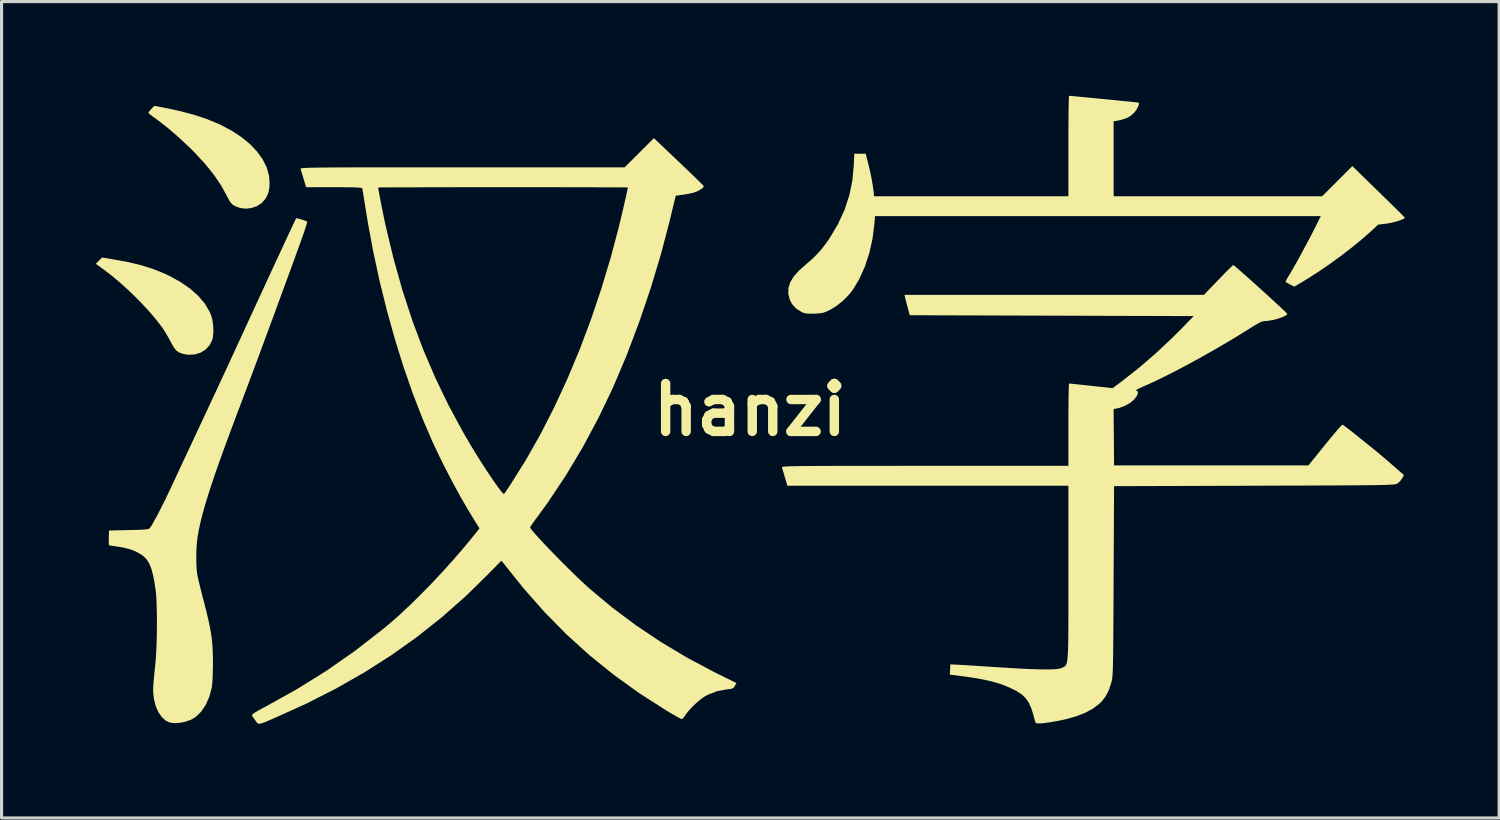
<source format=kicad_pcb>
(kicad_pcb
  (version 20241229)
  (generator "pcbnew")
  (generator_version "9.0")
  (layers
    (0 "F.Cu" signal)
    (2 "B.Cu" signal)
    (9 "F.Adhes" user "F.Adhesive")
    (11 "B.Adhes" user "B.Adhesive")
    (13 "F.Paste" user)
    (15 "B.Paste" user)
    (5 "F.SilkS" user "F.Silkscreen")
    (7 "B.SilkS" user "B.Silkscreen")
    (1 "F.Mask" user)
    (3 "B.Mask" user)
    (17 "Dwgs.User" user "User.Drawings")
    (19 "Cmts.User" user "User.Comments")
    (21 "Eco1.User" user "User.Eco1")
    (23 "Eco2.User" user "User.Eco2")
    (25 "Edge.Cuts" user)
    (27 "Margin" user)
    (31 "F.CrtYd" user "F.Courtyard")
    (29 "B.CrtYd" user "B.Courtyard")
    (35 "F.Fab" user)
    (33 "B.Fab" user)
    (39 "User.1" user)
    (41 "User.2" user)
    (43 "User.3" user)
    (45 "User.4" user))
  (footprint "hanzi"
    (layer "F.Cu")
    (at 20.825 9.994)
    (property "Reference" "hanzi" (at 0 0 0) (layer "F.SilkS") (effects (font (size 1.524 1.524) (thickness 0.3))))
    (attr board_only exclude_from_pos_files exclude_from_bom)
    (fp_poly (pts (xy -20.241 -4.783) (xy -19.777 -4.697) (xy -19.36 -4.595) (xy -18.979 -4.473) (xy -18.625 -4.329) (xy -18.48 -4.26) (xy -18.122 -4.062) (xy -17.813 -3.847) (xy -17.555 -3.616) (xy -17.35 -3.372) (xy -17.2 -3.117) (xy -17.159 -3.021) (xy -17.114 -2.862) (xy -17.088 -2.679) (xy -17.081 -2.492) (xy -17.095 -2.323) (xy -17.118 -2.225) (xy -17.203 -2.054) (xy -17.33 -1.916) (xy -17.491 -1.817) (xy -17.676 -1.76) (xy -17.877 -1.751) (xy -17.942 -1.758) (xy -18.081 -1.787) (xy -18.187 -1.829) (xy -18.272 -1.895) (xy -18.348 -1.995) (xy -18.429 -2.138) (xy -18.439 -2.157) (xy -18.514 -2.298) (xy -18.599 -2.444) (xy -18.681 -2.573) (xy -18.711 -2.618) (xy -18.916 -2.884) (xy -19.161 -3.169) (xy -19.435 -3.461) (xy -19.728 -3.75) (xy -20.029 -4.025) (xy -20.328 -4.276) (xy -20.571 -4.462) (xy -20.825 -4.646) (xy -20.726 -4.746) (xy -20.626 -4.845)) (stroke (width 0) (type solid)) (fill yes) (layer "F.SilkS"))
    (fp_poly (pts (xy -18.661 -9.618) (xy -18.167 -9.514) (xy -17.72 -9.396) (xy -17.311 -9.262) (xy -16.933 -9.107) (xy -16.855 -9.071) (xy -16.5 -8.884) (xy -16.185 -8.677) (xy -15.914 -8.454) (xy -15.689 -8.217) (xy -15.511 -7.969) (xy -15.385 -7.713) (xy -15.311 -7.453) (xy -15.293 -7.243) (xy -15.3 -7.066) (xy -15.327 -6.924) (xy -15.38 -6.796) (xy -15.43 -6.709) (xy -15.544 -6.581) (xy -15.694 -6.484) (xy -15.868 -6.422) (xy -16.051 -6.4) (xy -16.228 -6.423) (xy -16.257 -6.432) (xy -16.375 -6.475) (xy -16.461 -6.522) (xy -16.526 -6.584) (xy -16.585 -6.675) (xy -16.646 -6.794) (xy -16.835 -7.139) (xy -17.072 -7.488) (xy -17.36 -7.843) (xy -17.699 -8.209) (xy -17.859 -8.367) (xy -18.2 -8.685) (xy -18.532 -8.97) (xy -18.845 -9.214) (xy -18.929 -9.275) (xy -19.025 -9.345) (xy -19.1 -9.404) (xy -19.143 -9.443) (xy -19.15 -9.453) (xy -19.132 -9.486) (xy -19.087 -9.542) (xy -19.057 -9.575) (xy -18.964 -9.674)) (stroke (width 0) (type solid)) (fill yes) (layer "F.SilkS"))
    (fp_poly (pts (xy 10.196 -9.991) (xy 10.283 -9.984) (xy 10.41 -9.972) (xy 10.571 -9.957) (xy 10.757 -9.939) (xy 10.962 -9.919) (xy 11.177 -9.898) (xy 11.396 -9.877) (xy 11.61 -9.856) (xy 11.812 -9.835) (xy 11.995 -9.817) (xy 12.151 -9.801) (xy 12.271 -9.788) (xy 12.35 -9.779) (xy 12.379 -9.775) (xy 12.385 -9.736) (xy 12.363 -9.666) (xy 12.321 -9.581) (xy 12.266 -9.498) (xy 12.249 -9.477) (xy 12.132 -9.365) (xy 11.995 -9.285) (xy 11.823 -9.229) (xy 11.756 -9.214) (xy 11.577 -9.179) (xy 11.577 -6.796) (xy 18.214 -6.796) (xy 18.695 -7.276) (xy 19.176 -7.757) (xy 20.013 -6.941) (xy 20.194 -6.764) (xy 20.362 -6.6) (xy 20.512 -6.452) (xy 20.64 -6.326) (xy 20.741 -6.226) (xy 20.812 -6.155) (xy 20.847 -6.118) (xy 20.85 -6.114) (xy 20.824 -6.087) (xy 20.753 -6.052) (xy 20.652 -6.015) (xy 20.531 -5.979) (xy 20.403 -5.949) (xy 20.281 -5.928) (xy 20.268 -5.926) (xy 20 -5.893) (xy 19.741 -5.655) (xy 19.46 -5.409) (xy 19.139 -5.148) (xy 18.793 -4.883) (xy 18.432 -4.622) (xy 18.072 -4.376) (xy 17.723 -4.154) (xy 17.588 -4.072) (xy 17.329 -3.919) (xy 17.189 -3.99) (xy 17.111 -4.032) (xy 17.06 -4.066) (xy 17.049 -4.079) (xy 17.063 -4.11) (xy 17.1 -4.177) (xy 17.154 -4.267) (xy 17.175 -4.301) (xy 17.251 -4.429) (xy 17.347 -4.597) (xy 17.457 -4.794) (xy 17.575 -5.01) (xy 17.695 -5.234) (xy 17.812 -5.453) (xy 17.919 -5.659) (xy 17.996 -5.81) (xy 18.172 -6.163) (xy 3.981 -6.163) (xy 3.96 -5.911) (xy 3.9 -5.437) (xy 3.798 -4.982) (xy 3.657 -4.554) (xy 3.479 -4.16) (xy 3.283 -3.83) (xy 3.137 -3.646) (xy 2.958 -3.468) (xy 2.763 -3.311) (xy 2.57 -3.19) (xy 2.547 -3.179) (xy 2.435 -3.126) (xy 2.346 -3.092) (xy 2.257 -3.073) (xy 2.147 -3.064) (xy 2.048 -3.06) (xy 1.904 -3.057) (xy 1.802 -3.063) (xy 1.723 -3.079) (xy 1.654 -3.105) (xy 1.474 -3.217) (xy 1.341 -3.361) (xy 1.266 -3.508) (xy 1.22 -3.693) (xy 1.224 -3.873) (xy 1.279 -4.053) (xy 1.387 -4.234) (xy 1.55 -4.42) (xy 1.767 -4.613) (xy 1.772 -4.617) (xy 2.021 -4.834) (xy 2.239 -5.064) (xy 2.442 -5.324) (xy 2.542 -5.472) (xy 2.805 -5.915) (xy 3.011 -6.364) (xy 3.162 -6.824) (xy 3.26 -7.297) (xy 3.304 -7.768) (xy 3.32 -8.15) (xy 3.684 -8.15) (xy 3.712 -8.042) (xy 3.763 -7.846) (xy 3.801 -7.688) (xy 3.832 -7.552) (xy 3.859 -7.42) (xy 3.886 -7.276) (xy 3.891 -7.246) (xy 3.913 -7.112) (xy 3.931 -6.993) (xy 3.942 -6.903) (xy 3.945 -6.865) (xy 3.945 -6.796) (xy 10.137 -6.796) (xy 10.137 -8.395) (xy 10.137 -8.692) (xy 10.138 -8.972) (xy 10.14 -9.228) (xy 10.142 -9.456) (xy 10.145 -9.65) (xy 10.148 -9.806) (xy 10.152 -9.918) (xy 10.156 -9.981) (xy 10.159 -9.994)) (stroke (width 0) (type solid)) (fill yes) (layer "F.SilkS"))
    (fp_poly (pts (xy -14.418 -6.092) (xy -14.351 -6.077) (xy -14.268 -6.053) (xy -14.186 -6.026) (xy -14.125 -6.003) (xy -14.103 -5.992) (xy -14.1 -5.981) (xy -14.101 -5.959) (xy -14.11 -5.921) (xy -14.126 -5.864) (xy -14.152 -5.784) (xy -14.187 -5.679) (xy -14.234 -5.544) (xy -14.294 -5.376) (xy -14.367 -5.172) (xy -14.455 -4.928) (xy -14.56 -4.64) (xy -14.682 -4.306) (xy -14.823 -3.922) (xy -14.841 -3.873) (xy -15.09 -3.194) (xy -15.322 -2.565) (xy -15.538 -1.981) (xy -15.739 -1.439) (xy -15.928 -0.934) (xy -16.105 -0.463) (xy -16.272 -0.02) (xy -16.285 0.014) (xy -16.498 0.579) (xy -16.689 1.094) (xy -16.859 1.563) (xy -17.009 1.988) (xy -17.139 2.374) (xy -17.252 2.723) (xy -17.348 3.039) (xy -17.428 3.324) (xy -17.493 3.583) (xy -17.544 3.817) (xy -17.582 4.032) (xy -17.594 4.11) (xy -17.611 4.277) (xy -17.622 4.475) (xy -17.626 4.685) (xy -17.624 4.891) (xy -17.615 5.076) (xy -17.599 5.225) (xy -17.595 5.246) (xy -17.578 5.327) (xy -17.549 5.454) (xy -17.51 5.614) (xy -17.465 5.797) (xy -17.415 5.992) (xy -17.393 6.076) (xy -17.312 6.393) (xy -17.246 6.666) (xy -17.195 6.904) (xy -17.157 7.12) (xy -17.129 7.323) (xy -17.111 7.525) (xy -17.101 7.735) (xy -17.097 7.965) (xy -17.096 8.063) (xy -17.099 8.273) (xy -17.104 8.468) (xy -17.112 8.636) (xy -17.123 8.767) (xy -17.132 8.837) (xy -17.211 9.136) (xy -17.325 9.395) (xy -17.471 9.612) (xy -17.648 9.783) (xy -17.792 9.867) (xy -17.968 9.93) (xy -18.155 9.968) (xy -18.334 9.977) (xy -18.471 9.958) (xy -18.608 9.892) (xy -18.731 9.777) (xy -18.835 9.622) (xy -18.917 9.434) (xy -18.973 9.22) (xy -18.999 8.99) (xy -18.997 8.812) (xy -18.988 8.693) (xy -18.974 8.534) (xy -18.957 8.355) (xy -18.938 8.174) (xy -18.932 8.121) (xy -18.915 7.929) (xy -18.901 7.698) (xy -18.89 7.438) (xy -18.883 7.162) (xy -18.88 6.879) (xy -18.88 6.6) (xy -18.885 6.338) (xy -18.892 6.101) (xy -18.904 5.903) (xy -18.917 5.774) (xy -18.959 5.484) (xy -19.007 5.244) (xy -19.061 5.05) (xy -19.125 4.895) (xy -19.201 4.772) (xy -19.292 4.675) (xy -19.365 4.62) (xy -19.538 4.52) (xy -19.723 4.445) (xy -19.937 4.39) (xy -20.098 4.362) (xy -20.218 4.344) (xy -20.318 4.33) (xy -20.382 4.321) (xy -20.397 4.32) (xy -20.407 4.293) (xy -20.412 4.223) (xy -20.413 4.121) (xy -20.412 4.082) (xy -20.404 3.845) (xy -19.775 3.83) (xy -19.569 3.825) (xy -19.412 3.821) (xy -19.298 3.815) (xy -19.219 3.808) (xy -19.166 3.799) (xy -19.132 3.786) (xy -19.109 3.769) (xy -19.093 3.751) (xy -19.052 3.689) (xy -18.991 3.585) (xy -18.914 3.445) (xy -18.826 3.279) (xy -18.732 3.095) (xy -18.635 2.902) (xy -18.541 2.708) (xy -18.459 2.534) (xy -18.398 2.405) (xy -18.318 2.233) (xy -18.223 2.029) (xy -18.118 1.803) (xy -18.007 1.565) (xy -17.894 1.325) (xy -17.833 1.195) (xy -17.64 0.783) (xy -17.469 0.417) (xy -17.316 0.09) (xy -17.179 -0.203) (xy -17.055 -0.469) (xy -16.94 -0.715) (xy -16.833 -0.946) (xy -16.73 -1.168) (xy -16.627 -1.389) (xy -16.524 -1.614) (xy -16.415 -1.849) (xy -16.299 -2.101) (xy -16.172 -2.376) (xy -16.113 -2.505) (xy -15.969 -2.817) (xy -15.822 -3.137) (xy -15.673 -3.461) (xy -15.523 -3.784) (xy -15.376 -4.103) (xy -15.233 -4.413) (xy -15.096 -4.709) (xy -14.966 -4.988) (xy -14.847 -5.245) (xy -14.739 -5.476) (xy -14.646 -5.677) (xy -14.568 -5.843) (xy -14.508 -5.971) (xy -14.467 -6.056) (xy -14.449 -6.093) (xy -14.448 -6.095)) (stroke (width 0) (type solid)) (fill yes) (layer "F.SilkS"))
    (fp_poly (pts (xy 15.413 -4.589) (xy 15.477 -4.536) (xy 15.571 -4.455) (xy 15.691 -4.349) (xy 15.831 -4.225) (xy 15.985 -4.087) (xy 16.149 -3.94) (xy 16.315 -3.79) (xy 16.479 -3.641) (xy 16.636 -3.498) (xy 16.778 -3.366) (xy 16.902 -3.251) (xy 17.001 -3.158) (xy 17.071 -3.091) (xy 17.104 -3.055) (xy 17.106 -3.051) (xy 17.08 -3.015) (xy 17.008 -2.974) (xy 16.904 -2.931) (xy 16.778 -2.891) (xy 16.643 -2.857) (xy 16.511 -2.833) (xy 16.394 -2.823) (xy 16.384 -2.823) (xy 16.32 -2.813) (xy 16.238 -2.781) (xy 16.129 -2.723) (xy 15.984 -2.634) (xy 15.981 -2.632) (xy 15.57 -2.376) (xy 15.146 -2.121) (xy 14.716 -1.871) (xy 14.288 -1.63) (xy 13.871 -1.403) (xy 13.471 -1.193) (xy 13.097 -1.006) (xy 12.756 -0.844) (xy 12.533 -0.746) (xy 12.403 -0.688) (xy 12.32 -0.645) (xy 12.287 -0.618) (xy 12.295 -0.61) (xy 12.344 -0.584) (xy 12.349 -0.525) (xy 12.314 -0.438) (xy 12.227 -0.323) (xy 12.097 -0.215) (xy 11.938 -0.125) (xy 11.764 -0.06) (xy 11.684 -0.042) (xy 11.576 -0.022) (xy 11.584 0.874) (xy 11.591 1.771) (xy 17.779 1.771) (xy 18.303 1.123) (xy 18.437 0.958) (xy 18.561 0.808) (xy 18.67 0.679) (xy 18.758 0.577) (xy 18.822 0.508) (xy 18.855 0.476) (xy 18.858 0.475) (xy 18.89 0.493) (xy 18.958 0.541) (xy 19.055 0.614) (xy 19.174 0.706) (xy 19.287 0.796) (xy 19.432 0.914) (xy 19.578 1.031) (xy 19.711 1.139) (xy 19.82 1.226) (xy 19.871 1.266) (xy 19.957 1.337) (xy 20.075 1.435) (xy 20.211 1.551) (xy 20.354 1.674) (xy 20.439 1.748) (xy 20.82 2.081) (xy 20.76 2.188) (xy 20.698 2.272) (xy 20.623 2.341) (xy 20.61 2.35) (xy 20.596 2.357) (xy 20.579 2.364) (xy 20.556 2.37) (xy 20.524 2.375) (xy 20.481 2.38) (xy 20.423 2.384) (xy 20.349 2.388) (xy 20.254 2.392) (xy 20.137 2.395) (xy 19.995 2.398) (xy 19.825 2.4) (xy 19.624 2.403) (xy 19.39 2.405) (xy 19.12 2.407) (xy 18.811 2.409) (xy 18.461 2.41) (xy 18.066 2.412) (xy 17.624 2.414) (xy 17.133 2.415) (xy 16.589 2.417) (xy 16.055 2.419) (xy 11.591 2.433) (xy 11.576 5.457) (xy 11.574 5.94) (xy 11.572 6.369) (xy 11.57 6.747) (xy 11.568 7.078) (xy 11.566 7.366) (xy 11.563 7.613) (xy 11.561 7.824) (xy 11.558 8.001) (xy 11.555 8.149) (xy 11.551 8.271) (xy 11.547 8.37) (xy 11.542 8.449) (xy 11.536 8.513) (xy 11.53 8.565) (xy 11.523 8.608) (xy 11.514 8.646) (xy 11.505 8.682) (xy 11.498 8.706) (xy 11.42 8.936) (xy 11.325 9.121) (xy 11.206 9.277) (xy 11.12 9.362) (xy 10.916 9.515) (xy 10.673 9.647) (xy 10.387 9.759) (xy 10.052 9.853) (xy 9.818 9.903) (xy 9.58 9.945) (xy 9.386 9.973) (xy 9.238 9.986) (xy 9.139 9.983) (xy 9.092 9.966) (xy 9.089 9.961) (xy 9.076 9.913) (xy 9.053 9.83) (xy 9.029 9.738) (xy 8.957 9.507) (xy 8.874 9.323) (xy 8.772 9.176) (xy 8.643 9.056) (xy 8.48 8.952) (xy 8.446 8.934) (xy 8.265 8.846) (xy 8.083 8.77) (xy 7.893 8.704) (xy 7.685 8.646) (xy 7.453 8.594) (xy 7.188 8.545) (xy 6.881 8.499) (xy 6.525 8.452) (xy 6.514 8.451) (xy 6.362 8.432) (xy 6.37 8.269) (xy 6.379 8.107) (xy 6.58 8.115) (xy 6.671 8.12) (xy 6.807 8.128) (xy 6.976 8.138) (xy 7.165 8.15) (xy 7.363 8.163) (xy 7.401 8.165) (xy 7.849 8.195) (xy 8.243 8.219) (xy 8.586 8.239) (xy 8.882 8.253) (xy 9.135 8.263) (xy 9.347 8.267) (xy 9.522 8.267) (xy 9.663 8.263) (xy 9.774 8.254) (xy 9.859 8.24) (xy 9.919 8.222) (xy 9.935 8.215) (xy 9.968 8.199) (xy 9.997 8.186) (xy 10.023 8.17) (xy 10.045 8.15) (xy 10.064 8.121) (xy 10.08 8.08) (xy 10.094 8.024) (xy 10.105 7.949) (xy 10.114 7.852) (xy 10.122 7.73) (xy 10.127 7.579) (xy 10.131 7.395) (xy 10.134 7.176) (xy 10.136 6.919) (xy 10.137 6.618) (xy 10.137 6.272) (xy 10.137 5.877) (xy 10.137 5.429) (xy 10.137 5.191) (xy 10.137 2.419) (xy 1.191 2.419) (xy 1.112 2.153) (xy 1.077 2.032) (xy 1.046 1.928) (xy 1.025 1.856) (xy 1.019 1.836) (xy 1.019 1.829) (xy 1.025 1.823) (xy 1.04 1.818) (xy 1.066 1.813) (xy 1.106 1.809) (xy 1.163 1.805) (xy 1.238 1.801) (xy 1.336 1.798) (xy 1.458 1.796) (xy 1.606 1.793) (xy 1.785 1.792) (xy 1.996 1.79) (xy 2.241 1.789) (xy 2.524 1.788) (xy 2.847 1.787) (xy 3.213 1.786) (xy 3.624 1.786) (xy 4.083 1.786) (xy 4.593 1.786) (xy 5.156 1.785) (xy 5.571 1.785) (xy 10.137 1.785) (xy 10.137 0.475) (xy 10.137 0.207) (xy 10.139 -0.043) (xy 10.141 -0.269) (xy 10.144 -0.465) (xy 10.147 -0.625) (xy 10.151 -0.744) (xy 10.155 -0.816) (xy 10.159 -0.835) (xy 10.192 -0.832) (xy 10.275 -0.824) (xy 10.398 -0.811) (xy 10.555 -0.794) (xy 10.735 -0.775) (xy 10.863 -0.761) (xy 11.545 -0.687) (xy 11.871 -0.931) (xy 12.395 -1.344) (xy 12.922 -1.799) (xy 13.439 -2.284) (xy 13.751 -2.596) (xy 14.126 -2.981) (xy 5.087 -3.009) (xy 5.023 -3.245) (xy 4.99 -3.366) (xy 4.962 -3.476) (xy 4.942 -3.556) (xy 4.939 -3.569) (xy 4.92 -3.657) (xy 14.452 -3.657) (xy 14.908 -4.132) (xy 15.039 -4.268) (xy 15.158 -4.389) (xy 15.258 -4.489) (xy 15.333 -4.561) (xy 15.377 -4.602) (xy 15.386 -4.607)) (stroke (width 0) (type solid)) (fill yes) (layer "F.SilkS"))
    (fp_poly (pts (xy -2.264 -7.892) (xy -2.086 -7.722) (xy -1.922 -7.565) (xy -1.776 -7.424) (xy -1.654 -7.305) (xy -1.559 -7.211) (xy -1.496 -7.146) (xy -1.469 -7.116) (xy -1.469 -7.115) (xy -1.488 -7.081) (xy -1.519 -7.049) (xy -1.653 -6.963) (xy -1.837 -6.898) (xy -2.073 -6.853) (xy -2.081 -6.852) (xy -2.362 -6.815) (xy -2.387 -6.712) (xy -2.401 -6.654) (xy -2.427 -6.549) (xy -2.461 -6.409) (xy -2.501 -6.243) (xy -2.545 -6.06) (xy -2.558 -6.004) (xy -2.836 -4.945) (xy -3.16 -3.869) (xy -3.526 -2.791) (xy -3.93 -1.723) (xy -3.943 -1.691) (xy -4.365 -0.697) (xy -4.826 0.265) (xy -5.323 1.192) (xy -5.853 2.079) (xy -6.414 2.922) (xy -6.744 3.378) (xy -6.834 3.499) (xy -6.91 3.605) (xy -6.965 3.687) (xy -6.995 3.736) (xy -6.998 3.745) (xy -6.978 3.784) (xy -6.921 3.858) (xy -6.832 3.962) (xy -6.715 4.092) (xy -6.576 4.242) (xy -6.418 4.409) (xy -6.246 4.586) (xy -6.065 4.771) (xy -5.88 4.956) (xy -5.696 5.139) (xy -5.516 5.314) (xy -5.346 5.475) (xy -5.19 5.62) (xy -5.105 5.696) (xy -4.389 6.294) (xy -3.627 6.864) (xy -2.826 7.4) (xy -1.99 7.899) (xy -1.127 8.357) (xy -1.1 8.37) (xy -0.43 8.702) (xy -0.483 8.793) (xy -0.514 8.84) (xy -0.55 8.869) (xy -0.607 8.887) (xy -0.699 8.899) (xy -0.751 8.904) (xy -1.043 8.959) (xy -1.331 9.07) (xy -1.431 9.122) (xy -1.548 9.201) (xy -1.683 9.312) (xy -1.82 9.441) (xy -1.942 9.572) (xy -2.036 9.691) (xy -2.046 9.707) (xy -2.1 9.783) (xy -2.148 9.835) (xy -2.172 9.849) (xy -2.207 9.835) (xy -2.283 9.795) (xy -2.39 9.735) (xy -2.521 9.659) (xy -2.652 9.581) (xy -3.513 9.031) (xy -4.33 8.443) (xy -5.107 7.816) (xy -5.844 7.149) (xy -6.544 6.438) (xy -7.209 5.683) (xy -7.639 5.148) (xy -7.732 5.029) (xy -7.811 4.929) (xy -7.872 4.855) (xy -7.906 4.814) (xy -7.912 4.809) (xy -7.934 4.829) (xy -7.99 4.884) (xy -8.074 4.968) (xy -8.18 5.075) (xy -8.301 5.199) (xy -8.331 5.231) (xy -9.049 5.935) (xy -9.799 6.597) (xy -10.583 7.22) (xy -11.403 7.805) (xy -12.263 8.354) (xy -13.165 8.869) (xy -14.111 9.35) (xy -15.105 9.801) (xy -15.142 9.817) (xy -15.316 9.892) (xy -15.445 9.946) (xy -15.538 9.98) (xy -15.602 9.996) (xy -15.646 9.995) (xy -15.679 9.977) (xy -15.708 9.944) (xy -15.743 9.896) (xy -15.746 9.891) (xy -15.802 9.812) (xy -15.843 9.749) (xy -15.856 9.724) (xy -15.838 9.697) (xy -15.773 9.648) (xy -15.658 9.579) (xy -15.491 9.488) (xy -15.396 9.437) (xy -14.42 8.894) (xy -13.48 8.308) (xy -12.578 7.679) (xy -11.715 7.009) (xy -11.433 6.775) (xy -11.14 6.516) (xy -10.823 6.219) (xy -10.49 5.892) (xy -10.149 5.544) (xy -9.81 5.183) (xy -9.479 4.818) (xy -9.166 4.458) (xy -8.879 4.112) (xy -8.821 4.041) (xy -8.611 3.776) (xy -8.779 3.508) (xy -8.996 3.151) (xy -9.224 2.754) (xy -9.456 2.33) (xy -9.684 1.892) (xy -9.902 1.454) (xy -10.101 1.033) (xy -10.428 0.274) (xy -10.74 -0.534) (xy -11.035 -1.383) (xy -11.309 -2.265) (xy -11.562 -3.175) (xy -11.792 -4.103) (xy -11.995 -5.043) (xy -12.17 -5.988) (xy -12.24 -6.422) (xy -12.268 -6.601) (xy -12.294 -6.762) (xy -12.316 -6.895) (xy -12.332 -6.992) (xy -12.341 -7.044) (xy -12.342 -7.048) (xy -12.358 -7.059) (xy -12.403 -7.067) (xy -12.48 -7.074) (xy -12.496 -7.075) (xy -11.836 -7.075) (xy -11.831 -7.034) (xy -11.816 -6.948) (xy -11.793 -6.825) (xy -11.765 -6.677) (xy -11.733 -6.513) (xy -11.699 -6.343) (xy -11.666 -6.177) (xy -11.635 -6.027) (xy -11.608 -5.901) (xy -11.603 -5.875) (xy -11.35 -4.823) (xy -11.068 -3.817) (xy -10.752 -2.85) (xy -10.403 -1.917) (xy -10.016 -1.014) (xy -9.591 -0.134) (xy -9.125 0.727) (xy -8.877 1.152) (xy -8.745 1.368) (xy -8.61 1.585) (xy -8.475 1.796) (xy -8.344 1.996) (xy -8.219 2.181) (xy -8.106 2.345) (xy -8.007 2.482) (xy -7.927 2.588) (xy -7.868 2.657) (xy -7.834 2.684) (xy -7.83 2.683) (xy -7.808 2.653) (xy -7.761 2.584) (xy -7.696 2.488) (xy -7.619 2.373) (xy -7.612 2.361) (xy -7.133 1.599) (xy -6.673 0.787) (xy -6.234 -0.071) (xy -5.819 -0.968) (xy -5.428 -1.901) (xy -5.065 -2.865) (xy -4.731 -3.853) (xy -4.428 -4.862) (xy -4.206 -5.698) (xy -4.166 -5.857) (xy -4.123 -6.035) (xy -4.078 -6.223) (xy -4.034 -6.412) (xy -3.992 -6.593) (xy -3.955 -6.758) (xy -3.923 -6.897) (xy -3.901 -7.002) (xy -3.889 -7.064) (xy -3.888 -7.076) (xy -3.916 -7.077) (xy -3.999 -7.078) (xy -4.132 -7.079) (xy -4.314 -7.08) (xy -4.539 -7.08) (xy -4.806 -7.081) (xy -5.111 -7.082) (xy -5.451 -7.083) (xy -5.822 -7.083) (xy -6.221 -7.084) (xy -6.644 -7.084) (xy -7.089 -7.084) (xy -7.553 -7.084) (xy -7.862 -7.084) (xy -8.335 -7.084) (xy -8.793 -7.084) (xy -9.231 -7.084) (xy -9.646 -7.083) (xy -10.036 -7.083) (xy -10.396 -7.082) (xy -10.724 -7.081) (xy -11.016 -7.081) (xy -11.269 -7.08) (xy -11.479 -7.079) (xy -11.644 -7.078) (xy -11.76 -7.077) (xy -11.824 -7.075) (xy -11.836 -7.075) (xy -12.496 -7.075) (xy -12.595 -7.079) (xy -12.754 -7.082) (xy -12.959 -7.084) (xy -13.217 -7.084) (xy -13.241 -7.084) (xy -14.13 -7.084) (xy -14.21 -7.351) (xy -14.247 -7.472) (xy -14.278 -7.575) (xy -14.299 -7.647) (xy -14.305 -7.668) (xy -14.305 -7.674) (xy -14.299 -7.679) (xy -14.284 -7.685) (xy -14.259 -7.689) (xy -14.221 -7.694) (xy -14.167 -7.697) (xy -14.094 -7.701) (xy -14.002 -7.704) (xy -13.886 -7.706) (xy -13.744 -7.709) (xy -13.574 -7.711) (xy -13.374 -7.712) (xy -13.141 -7.714) (xy -12.873 -7.715) (xy -12.567 -7.716) (xy -12.22 -7.716) (xy -11.83 -7.717) (xy -11.396 -7.717) (xy -10.913 -7.718) (xy -10.38 -7.718) (xy -9.795 -7.718) (xy -9.155 -7.718) (xy -3.989 -7.718) (xy -3.524 -8.182) (xy -3.059 -8.647)) (stroke (width 0) (type solid)) (fill yes) (layer "F.SilkS")))
  (gr_rect
    (start -3 -3)
    (end 44.675 22.99)
    (stroke (width 0.1) (type default))
    (fill no)
    (layer "Edge.Cuts")))
</source>
